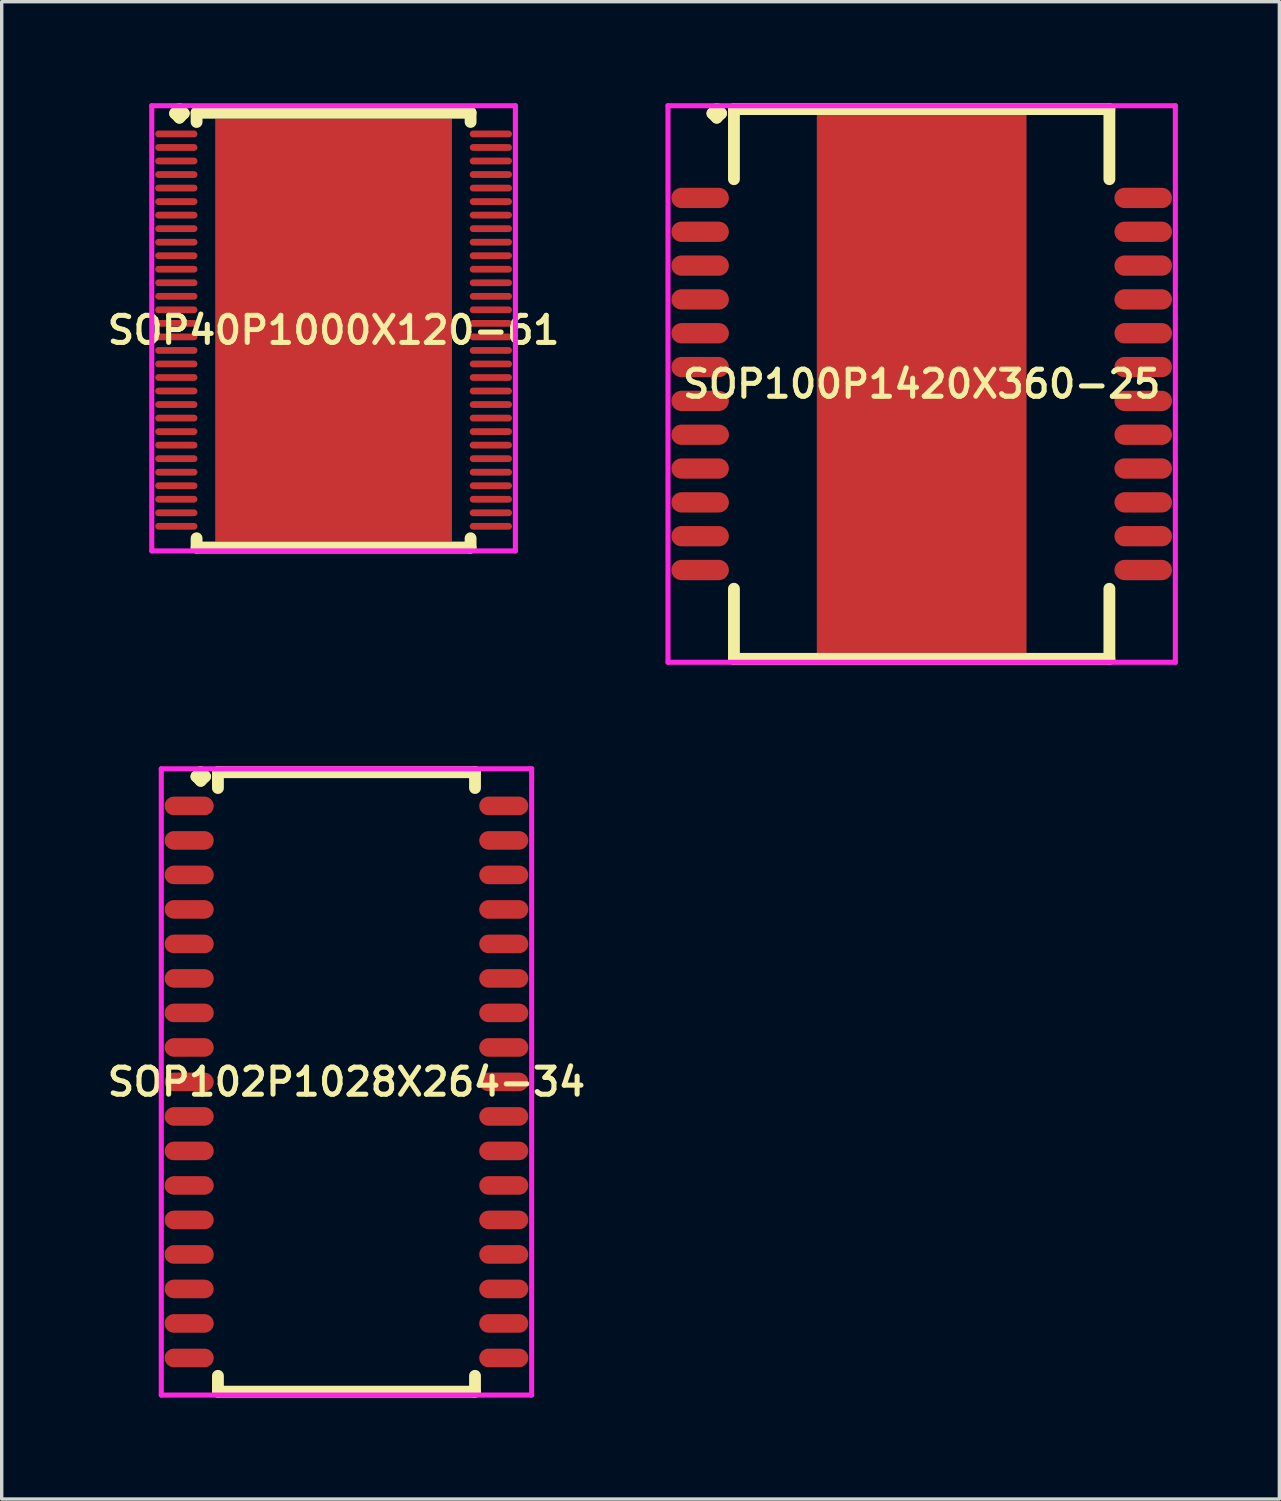
<source format=kicad_pcb>
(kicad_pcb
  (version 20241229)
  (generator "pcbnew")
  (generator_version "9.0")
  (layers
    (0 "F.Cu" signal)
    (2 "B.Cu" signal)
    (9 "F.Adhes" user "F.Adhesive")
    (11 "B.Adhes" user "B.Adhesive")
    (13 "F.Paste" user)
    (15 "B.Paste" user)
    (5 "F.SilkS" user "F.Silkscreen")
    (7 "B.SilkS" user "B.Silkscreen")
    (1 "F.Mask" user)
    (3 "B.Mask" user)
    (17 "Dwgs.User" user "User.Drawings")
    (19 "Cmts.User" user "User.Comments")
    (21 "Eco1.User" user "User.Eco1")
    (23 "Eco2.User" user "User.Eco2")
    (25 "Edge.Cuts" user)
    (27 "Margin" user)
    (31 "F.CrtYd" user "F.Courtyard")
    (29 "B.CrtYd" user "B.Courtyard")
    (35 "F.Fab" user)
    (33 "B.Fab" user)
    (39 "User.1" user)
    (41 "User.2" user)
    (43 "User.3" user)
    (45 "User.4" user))
  (footprint "SOP102P1028X264-34"
    (layer "F.Cu")
    (at 7.193 28.936)
    (property "Reference" "SOP102P1028X264-34" (at 0 0 0) (layer "F.SilkS") (effects (font (size 0.8 0.8) (thickness 0.15))))
    (attr smd)
    (fp_line (start -4.435 -9.03) (end -4.308 -9.157) (stroke (width 0.35) (type solid)) (layer "F.SilkS"))
    (fp_line (start -4.308 -9.157) (end -4.181 -9.03) (stroke (width 0.35) (type solid)) (layer "F.SilkS"))
    (fp_line (start -4.308 -8.903) (end -4.435 -9.03) (stroke (width 0.35) (type solid)) (layer "F.SilkS"))
    (fp_line (start -4.181 -9.03) (end -4.308 -8.903) (stroke (width 0.35) (type solid)) (layer "F.SilkS"))
    (fp_line (start -3.8 -9.157) (end 3.8 -9.157) (stroke (width 0.35) (type solid)) (layer "F.SilkS"))
    (fp_line (start -3.8 -8.689) (end -3.8 -9.157) (stroke (width 0.35) (type solid)) (layer "F.SilkS"))
    (fp_line (start -3.8 8.689) (end -3.8 9.157) (stroke (width 0.35) (type solid)) (layer "F.SilkS"))
    (fp_line (start -3.8 9.157) (end 3.8 9.157) (stroke (width 0.35) (type solid)) (layer "F.SilkS"))
    (fp_line (start 3.8 -9.157) (end 3.8 -8.689) (stroke (width 0.35) (type solid)) (layer "F.SilkS"))
    (fp_line (start 3.8 9.157) (end 3.8 8.689) (stroke (width 0.35) (type solid)) (layer "F.SilkS"))
    (fp_line (start -5.475 -9.257) (end 5.475 -9.257) (stroke (width 0.15) (type solid)) (layer "F.CrtYd"))
    (fp_line (start -5.475 9.257) (end -5.475 -9.257) (stroke (width 0.15) (type solid)) (layer "F.CrtYd"))
    (fp_line (start 5.475 -9.257) (end 5.475 9.257) (stroke (width 0.15) (type solid)) (layer "F.CrtYd"))
    (fp_line (start 5.475 9.257) (end -5.475 9.257) (stroke (width 0.15) (type solid)) (layer "F.CrtYd"))
    (pad "1" smd oval (at -4.65 -8.16) (size 1.45 0.55) (layers "F.Cu" "F.Mask" "F.Paste"))
    (pad "2" smd oval (at -4.65 -7.14) (size 1.45 0.55) (layers "F.Cu" "F.Mask" "F.Paste"))
    (pad "3" smd oval (at -4.65 -6.12) (size 1.45 0.55) (layers "F.Cu" "F.Mask" "F.Paste"))
    (pad "4" smd oval (at -4.65 -5.1) (size 1.45 0.55) (layers "F.Cu" "F.Mask" "F.Paste"))
    (pad "5" smd oval (at -4.65 -4.08) (size 1.45 0.55) (layers "F.Cu" "F.Mask" "F.Paste"))
    (pad "6" smd oval (at -4.65 -3.06) (size 1.45 0.55) (layers "F.Cu" "F.Mask" "F.Paste"))
    (pad "7" smd oval (at -4.65 -2.04) (size 1.45 0.55) (layers "F.Cu" "F.Mask" "F.Paste"))
    (pad "8" smd oval (at -4.65 -1.02) (size 1.45 0.55) (layers "F.Cu" "F.Mask" "F.Paste"))
    (pad "9" smd oval (at -4.65 0) (size 1.45 0.55) (layers "F.Cu" "F.Mask" "F.Paste"))
    (pad "10" smd oval (at -4.65 1.02) (size 1.45 0.55) (layers "F.Cu" "F.Mask" "F.Paste"))
    (pad "11" smd oval (at -4.65 2.04) (size 1.45 0.55) (layers "F.Cu" "F.Mask" "F.Paste"))
    (pad "12" smd oval (at -4.65 3.06) (size 1.45 0.55) (layers "F.Cu" "F.Mask" "F.Paste"))
    (pad "13" smd oval (at -4.65 4.08) (size 1.45 0.55) (layers "F.Cu" "F.Mask" "F.Paste"))
    (pad "14" smd oval (at -4.65 5.1) (size 1.45 0.55) (layers "F.Cu" "F.Mask" "F.Paste"))
    (pad "15" smd oval (at -4.65 6.12) (size 1.45 0.55) (layers "F.Cu" "F.Mask" "F.Paste"))
    (pad "16" smd oval (at -4.65 7.14) (size 1.45 0.55) (layers "F.Cu" "F.Mask" "F.Paste"))
    (pad "17" smd oval (at -4.65 8.16) (size 1.45 0.55) (layers "F.Cu" "F.Mask" "F.Paste"))
    (pad "18" smd oval (at 4.65 8.16) (size 1.45 0.55) (layers "F.Cu" "F.Mask" "F.Paste"))
    (pad "19" smd oval (at 4.65 7.14) (size 1.45 0.55) (layers "F.Cu" "F.Mask" "F.Paste"))
    (pad "20" smd oval (at 4.65 6.12) (size 1.45 0.55) (layers "F.Cu" "F.Mask" "F.Paste"))
    (pad "21" smd oval (at 4.65 5.1) (size 1.45 0.55) (layers "F.Cu" "F.Mask" "F.Paste"))
    (pad "22" smd oval (at 4.65 4.08) (size 1.45 0.55) (layers "F.Cu" "F.Mask" "F.Paste"))
    (pad "23" smd oval (at 4.65 3.06) (size 1.45 0.55) (layers "F.Cu" "F.Mask" "F.Paste"))
    (pad "24" smd oval (at 4.65 2.04) (size 1.45 0.55) (layers "F.Cu" "F.Mask" "F.Paste"))
    (pad "25" smd oval (at 4.65 1.02) (size 1.45 0.55) (layers "F.Cu" "F.Mask" "F.Paste"))
    (pad "26" smd oval (at 4.65 0) (size 1.45 0.55) (layers "F.Cu" "F.Mask" "F.Paste"))
    (pad "27" smd oval (at 4.65 -1.02) (size 1.45 0.55) (layers "F.Cu" "F.Mask" "F.Paste"))
    (pad "28" smd oval (at 4.65 -2.04) (size 1.45 0.55) (layers "F.Cu" "F.Mask" "F.Paste"))
    (pad "29" smd oval (at 4.65 -3.06) (size 1.45 0.55) (layers "F.Cu" "F.Mask" "F.Paste"))
    (pad "30" smd oval (at 4.65 -4.08) (size 1.45 0.55) (layers "F.Cu" "F.Mask" "F.Paste"))
    (pad "31" smd oval (at 4.65 -5.1) (size 1.45 0.55) (layers "F.Cu" "F.Mask" "F.Paste"))
    (pad "32" smd oval (at 4.65 -6.12) (size 1.45 0.55) (layers "F.Cu" "F.Mask" "F.Paste"))
    (pad "33" smd oval (at 4.65 -7.14) (size 1.45 0.55) (layers "F.Cu" "F.Mask" "F.Paste"))
    (pad "34" smd oval (at 4.65 -8.16) (size 1.45 0.55) (layers "F.Cu" "F.Mask" "F.Paste")))
  (footprint "SOP100P1420X360-25"
    (layer "F.Cu")
    (at 24.198 8.302)
    (property "Reference" "SOP100P1420X360-25" (at 0 0 0) (layer "F.SilkS") (effects (font (size 0.8 0.8) (thickness 0.15))))
    (attr smd)
    (fp_line (start -6.185 -8) (end -6.058 -8.127) (stroke (width 0.35) (type solid)) (layer "F.SilkS"))
    (fp_line (start -6.058 -8.127) (end -5.931 -8) (stroke (width 0.35) (type solid)) (layer "F.SilkS"))
    (fp_line (start -6.058 -7.873) (end -6.185 -8) (stroke (width 0.35) (type solid)) (layer "F.SilkS"))
    (fp_line (start -5.931 -8) (end -6.058 -7.873) (stroke (width 0.35) (type solid)) (layer "F.SilkS"))
    (fp_line (start -5.55 -8.127) (end 5.55 -8.127) (stroke (width 0.35) (type solid)) (layer "F.SilkS"))
    (fp_line (start -5.55 -6.054) (end -5.55 -8.127) (stroke (width 0.35) (type solid)) (layer "F.SilkS"))
    (fp_line (start -5.55 6.054) (end -5.55 8.127) (stroke (width 0.35) (type solid)) (layer "F.SilkS"))
    (fp_line (start -5.55 8.127) (end 5.55 8.127) (stroke (width 0.35) (type solid)) (layer "F.SilkS"))
    (fp_line (start 5.55 -8.127) (end 5.55 -6.054) (stroke (width 0.35) (type solid)) (layer "F.SilkS"))
    (fp_line (start 5.55 8.127) (end 5.55 6.054) (stroke (width 0.35) (type solid)) (layer "F.SilkS"))
    (fp_line (start -7.5 -8.227) (end 7.5 -8.227) (stroke (width 0.15) (type solid)) (layer "F.CrtYd"))
    (fp_line (start -7.5 8.227) (end -7.5 -8.227) (stroke (width 0.15) (type solid)) (layer "F.CrtYd"))
    (fp_line (start 7.5 -8.227) (end 7.5 8.227) (stroke (width 0.15) (type solid)) (layer "F.CrtYd"))
    (fp_line (start 7.5 8.227) (end -7.5 8.227) (stroke (width 0.15) (type solid)) (layer "F.CrtYd"))
    (pad "1" smd oval (at -6.55 -5.5) (size 1.7 0.6) (layers "F.Cu" "F.Mask" "F.Paste"))
    (pad "2" smd oval (at -6.55 -4.5) (size 1.7 0.6) (layers "F.Cu" "F.Mask" "F.Paste"))
    (pad "3" smd oval (at -6.55 -3.5) (size 1.7 0.6) (layers "F.Cu" "F.Mask" "F.Paste"))
    (pad "4" smd oval (at -6.55 -2.5) (size 1.7 0.6) (layers "F.Cu" "F.Mask" "F.Paste"))
    (pad "5" smd oval (at -6.55 -1.5) (size 1.7 0.6) (layers "F.Cu" "F.Mask" "F.Paste"))
    (pad "6" smd oval (at -6.55 -0.5) (size 1.7 0.6) (layers "F.Cu" "F.Mask" "F.Paste"))
    (pad "7" smd oval (at -6.55 0.5) (size 1.7 0.6) (layers "F.Cu" "F.Mask" "F.Paste"))
    (pad "8" smd oval (at -6.55 1.5) (size 1.7 0.6) (layers "F.Cu" "F.Mask" "F.Paste"))
    (pad "9" smd oval (at -6.55 2.5) (size 1.7 0.6) (layers "F.Cu" "F.Mask" "F.Paste"))
    (pad "10" smd oval (at -6.55 3.5) (size 1.7 0.6) (layers "F.Cu" "F.Mask" "F.Paste"))
    (pad "11" smd oval (at -6.55 4.5) (size 1.7 0.6) (layers "F.Cu" "F.Mask" "F.Paste"))
    (pad "12" smd oval (at -6.55 5.5) (size 1.7 0.6) (layers "F.Cu" "F.Mask" "F.Paste"))
    (pad "13" smd oval (at 6.55 5.5) (size 1.7 0.6) (layers "F.Cu" "F.Mask" "F.Paste"))
    (pad "14" smd oval (at 6.55 4.5) (size 1.7 0.6) (layers "F.Cu" "F.Mask" "F.Paste"))
    (pad "15" smd oval (at 6.55 3.5) (size 1.7 0.6) (layers "F.Cu" "F.Mask" "F.Paste"))
    (pad "16" smd oval (at 6.55 2.5) (size 1.7 0.6) (layers "F.Cu" "F.Mask" "F.Paste"))
    (pad "17" smd oval (at 6.55 1.5) (size 1.7 0.6) (layers "F.Cu" "F.Mask" "F.Paste"))
    (pad "18" smd oval (at 6.55 0.5) (size 1.7 0.6) (layers "F.Cu" "F.Mask" "F.Paste"))
    (pad "19" smd oval (at 6.55 -0.5) (size 1.7 0.6) (layers "F.Cu" "F.Mask" "F.Paste"))
    (pad "20" smd oval (at 6.55 -1.5) (size 1.7 0.6) (layers "F.Cu" "F.Mask" "F.Paste"))
    (pad "21" smd oval (at 6.55 -2.5) (size 1.7 0.6) (layers "F.Cu" "F.Mask" "F.Paste"))
    (pad "22" smd oval (at 6.55 -3.5) (size 1.7 0.6) (layers "F.Cu" "F.Mask" "F.Paste"))
    (pad "23" smd oval (at 6.55 -4.5) (size 1.7 0.6) (layers "F.Cu" "F.Mask" "F.Paste"))
    (pad "24" smd oval (at 6.55 -5.5) (size 1.7 0.6) (layers "F.Cu" "F.Mask" "F.Paste"))
    (pad "25" smd rect (at 0 0) (size 6.2 16) (layers "F.Cu" "F.Mask" "F.Paste")))
  (footprint "SOP40P1000X120-61"
    (layer "F.Cu")
    (at 6.812 6.71)
    (property "Reference" "SOP40P1000X120-61" (at 0 0 0) (layer "F.SilkS") (effects (font (size 0.8 0.8) (thickness 0.15))))
    (attr smd)
    (fp_line (start -4.685 -6.408) (end -4.558 -6.535) (stroke (width 0.35) (type solid)) (layer "F.SilkS"))
    (fp_line (start -4.558 -6.535) (end -4.431 -6.408) (stroke (width 0.35) (type solid)) (layer "F.SilkS"))
    (fp_line (start -4.558 -6.281) (end -4.685 -6.408) (stroke (width 0.35) (type solid)) (layer "F.SilkS"))
    (fp_line (start -4.431 -6.408) (end -4.558 -6.281) (stroke (width 0.35) (type solid)) (layer "F.SilkS"))
    (fp_line (start -4.05 -6.427) (end 4.05 -6.427) (stroke (width 0.35) (type solid)) (layer "F.SilkS"))
    (fp_line (start -4.05 -6.154) (end -4.05 -6.427) (stroke (width 0.35) (type solid)) (layer "F.SilkS"))
    (fp_line (start -4.05 6.154) (end -4.05 6.427) (stroke (width 0.35) (type solid)) (layer "F.SilkS"))
    (fp_line (start -4.05 6.427) (end 4.05 6.427) (stroke (width 0.35) (type solid)) (layer "F.SilkS"))
    (fp_line (start 4.05 -6.427) (end 4.05 -6.154) (stroke (width 0.35) (type solid)) (layer "F.SilkS"))
    (fp_line (start 4.05 6.427) (end 4.05 6.154) (stroke (width 0.35) (type solid)) (layer "F.SilkS"))
    (fp_line (start -5.375 -6.635) (end 5.375 -6.635) (stroke (width 0.15) (type solid)) (layer "F.CrtYd"))
    (fp_line (start -5.375 6.527) (end -5.375 -6.635) (stroke (width 0.15) (type solid)) (layer "F.CrtYd"))
    (fp_line (start 5.375 -6.635) (end 5.375 6.527) (stroke (width 0.15) (type solid)) (layer "F.CrtYd"))
    (fp_line (start 5.375 6.527) (end -5.375 6.527) (stroke (width 0.15) (type solid)) (layer "F.CrtYd"))
    (pad "1" smd oval (at -4.65 -5.8) (size 1.25 0.2) (layers "F.Cu" "F.Mask" "F.Paste"))
    (pad "2" smd oval (at -4.65 -5.4) (size 1.25 0.2) (layers "F.Cu" "F.Mask" "F.Paste"))
    (pad "3" smd oval (at -4.65 -5) (size 1.25 0.2) (layers "F.Cu" "F.Mask" "F.Paste"))
    (pad "4" smd oval (at -4.65 -4.6) (size 1.25 0.2) (layers "F.Cu" "F.Mask" "F.Paste"))
    (pad "5" smd oval (at -4.65 -4.2) (size 1.25 0.2) (layers "F.Cu" "F.Mask" "F.Paste"))
    (pad "6" smd oval (at -4.65 -3.8) (size 1.25 0.2) (layers "F.Cu" "F.Mask" "F.Paste"))
    (pad "7" smd oval (at -4.65 -3.4) (size 1.25 0.2) (layers "F.Cu" "F.Mask" "F.Paste"))
    (pad "8" smd oval (at -4.65 -3) (size 1.25 0.2) (layers "F.Cu" "F.Mask" "F.Paste"))
    (pad "9" smd oval (at -4.65 -2.6) (size 1.25 0.2) (layers "F.Cu" "F.Mask" "F.Paste"))
    (pad "10" smd oval (at -4.65 -2.2) (size 1.25 0.2) (layers "F.Cu" "F.Mask" "F.Paste"))
    (pad "11" smd oval (at -4.65 -1.8) (size 1.25 0.2) (layers "F.Cu" "F.Mask" "F.Paste"))
    (pad "12" smd oval (at -4.65 -1.4) (size 1.25 0.2) (layers "F.Cu" "F.Mask" "F.Paste"))
    (pad "13" smd oval (at -4.65 -1) (size 1.25 0.2) (layers "F.Cu" "F.Mask" "F.Paste"))
    (pad "14" smd oval (at -4.65 -0.6) (size 1.25 0.2) (layers "F.Cu" "F.Mask" "F.Paste"))
    (pad "15" smd oval (at -4.65 -0.2) (size 1.25 0.2) (layers "F.Cu" "F.Mask" "F.Paste"))
    (pad "16" smd oval (at -4.65 0.2) (size 1.25 0.2) (layers "F.Cu" "F.Mask" "F.Paste"))
    (pad "17" smd oval (at -4.65 0.6) (size 1.25 0.2) (layers "F.Cu" "F.Mask" "F.Paste"))
    (pad "18" smd oval (at -4.65 1) (size 1.25 0.2) (layers "F.Cu" "F.Mask" "F.Paste"))
    (pad "19" smd oval (at -4.65 1.4) (size 1.25 0.2) (layers "F.Cu" "F.Mask" "F.Paste"))
    (pad "20" smd oval (at -4.65 1.8) (size 1.25 0.2) (layers "F.Cu" "F.Mask" "F.Paste"))
    (pad "21" smd oval (at -4.65 2.2) (size 1.25 0.2) (layers "F.Cu" "F.Mask" "F.Paste"))
    (pad "22" smd oval (at -4.65 2.6) (size 1.25 0.2) (layers "F.Cu" "F.Mask" "F.Paste"))
    (pad "23" smd oval (at -4.65 3) (size 1.25 0.2) (layers "F.Cu" "F.Mask" "F.Paste"))
    (pad "24" smd oval (at -4.65 3.4) (size 1.25 0.2) (layers "F.Cu" "F.Mask" "F.Paste"))
    (pad "25" smd oval (at -4.65 3.8) (size 1.25 0.2) (layers "F.Cu" "F.Mask" "F.Paste"))
    (pad "26" smd oval (at -4.65 4.2) (size 1.25 0.2) (layers "F.Cu" "F.Mask" "F.Paste"))
    (pad "27" smd oval (at -4.65 4.6) (size 1.25 0.2) (layers "F.Cu" "F.Mask" "F.Paste"))
    (pad "28" smd oval (at -4.65 5) (size 1.25 0.2) (layers "F.Cu" "F.Mask" "F.Paste"))
    (pad "29" smd oval (at -4.65 5.4) (size 1.25 0.2) (layers "F.Cu" "F.Mask" "F.Paste"))
    (pad "30" smd oval (at -4.65 5.8) (size 1.25 0.2) (layers "F.Cu" "F.Mask" "F.Paste"))
    (pad "31" smd oval (at 4.65 5.8) (size 1.25 0.2) (layers "F.Cu" "F.Mask" "F.Paste"))
    (pad "32" smd oval (at 4.65 5.4) (size 1.25 0.2) (layers "F.Cu" "F.Mask" "F.Paste"))
    (pad "33" smd oval (at 4.65 5) (size 1.25 0.2) (layers "F.Cu" "F.Mask" "F.Paste"))
    (pad "34" smd oval (at 4.65 4.6) (size 1.25 0.2) (layers "F.Cu" "F.Mask" "F.Paste"))
    (pad "35" smd oval (at 4.65 4.2) (size 1.25 0.2) (layers "F.Cu" "F.Mask" "F.Paste"))
    (pad "36" smd oval (at 4.65 3.8) (size 1.25 0.2) (layers "F.Cu" "F.Mask" "F.Paste"))
    (pad "37" smd oval (at 4.65 3.4) (size 1.25 0.2) (layers "F.Cu" "F.Mask" "F.Paste"))
    (pad "38" smd oval (at 4.65 3) (size 1.25 0.2) (layers "F.Cu" "F.Mask" "F.Paste"))
    (pad "39" smd oval (at 4.65 2.6) (size 1.25 0.2) (layers "F.Cu" "F.Mask" "F.Paste"))
    (pad "40" smd oval (at 4.65 2.2) (size 1.25 0.2) (layers "F.Cu" "F.Mask" "F.Paste"))
    (pad "41" smd oval (at 4.65 1.8) (size 1.25 0.2) (layers "F.Cu" "F.Mask" "F.Paste"))
    (pad "42" smd oval (at 4.65 1.4) (size 1.25 0.2) (layers "F.Cu" "F.Mask" "F.Paste"))
    (pad "43" smd oval (at 4.65 1) (size 1.25 0.2) (layers "F.Cu" "F.Mask" "F.Paste"))
    (pad "44" smd oval (at 4.65 0.6) (size 1.25 0.2) (layers "F.Cu" "F.Mask" "F.Paste"))
    (pad "45" smd oval (at 4.65 0.2) (size 1.25 0.2) (layers "F.Cu" "F.Mask" "F.Paste"))
    (pad "46" smd oval (at 4.65 -0.2) (size 1.25 0.2) (layers "F.Cu" "F.Mask" "F.Paste"))
    (pad "47" smd oval (at 4.65 -0.6) (size 1.25 0.2) (layers "F.Cu" "F.Mask" "F.Paste"))
    (pad "48" smd oval (at 4.65 -1) (size 1.25 0.2) (layers "F.Cu" "F.Mask" "F.Paste"))
    (pad "49" smd oval (at 4.65 -1.4) (size 1.25 0.2) (layers "F.Cu" "F.Mask" "F.Paste"))
    (pad "50" smd oval (at 4.65 -1.8) (size 1.25 0.2) (layers "F.Cu" "F.Mask" "F.Paste"))
    (pad "51" smd oval (at 4.65 -2.2) (size 1.25 0.2) (layers "F.Cu" "F.Mask" "F.Paste"))
    (pad "52" smd oval (at 4.65 -2.6) (size 1.25 0.2) (layers "F.Cu" "F.Mask" "F.Paste"))
    (pad "53" smd oval (at 4.65 -3) (size 1.25 0.2) (layers "F.Cu" "F.Mask" "F.Paste"))
    (pad "54" smd oval (at 4.65 -3.4) (size 1.25 0.2) (layers "F.Cu" "F.Mask" "F.Paste"))
    (pad "55" smd oval (at 4.65 -3.8) (size 1.25 0.2) (layers "F.Cu" "F.Mask" "F.Paste"))
    (pad "56" smd oval (at 4.65 -4.2) (size 1.25 0.2) (layers "F.Cu" "F.Mask" "F.Paste"))
    (pad "57" smd oval (at 4.65 -4.6) (size 1.25 0.2) (layers "F.Cu" "F.Mask" "F.Paste"))
    (pad "58" smd oval (at 4.65 -5) (size 1.25 0.2) (layers "F.Cu" "F.Mask" "F.Paste"))
    (pad "59" smd oval (at 4.65 -5.4) (size 1.25 0.2) (layers "F.Cu" "F.Mask" "F.Paste"))
    (pad "60" smd oval (at 4.65 -5.8) (size 1.25 0.2) (layers "F.Cu" "F.Mask" "F.Paste"))
    (pad "61" smd rect (at 0 0) (size 7 12.5) (layers "F.Cu" "F.Mask" "F.Paste")))
  (gr_rect
    (start -3 -3)
    (end 34.773 41.268)
    (stroke (width 0.1) (type default))
    (fill no)
    (layer "Edge.Cuts")))
</source>
